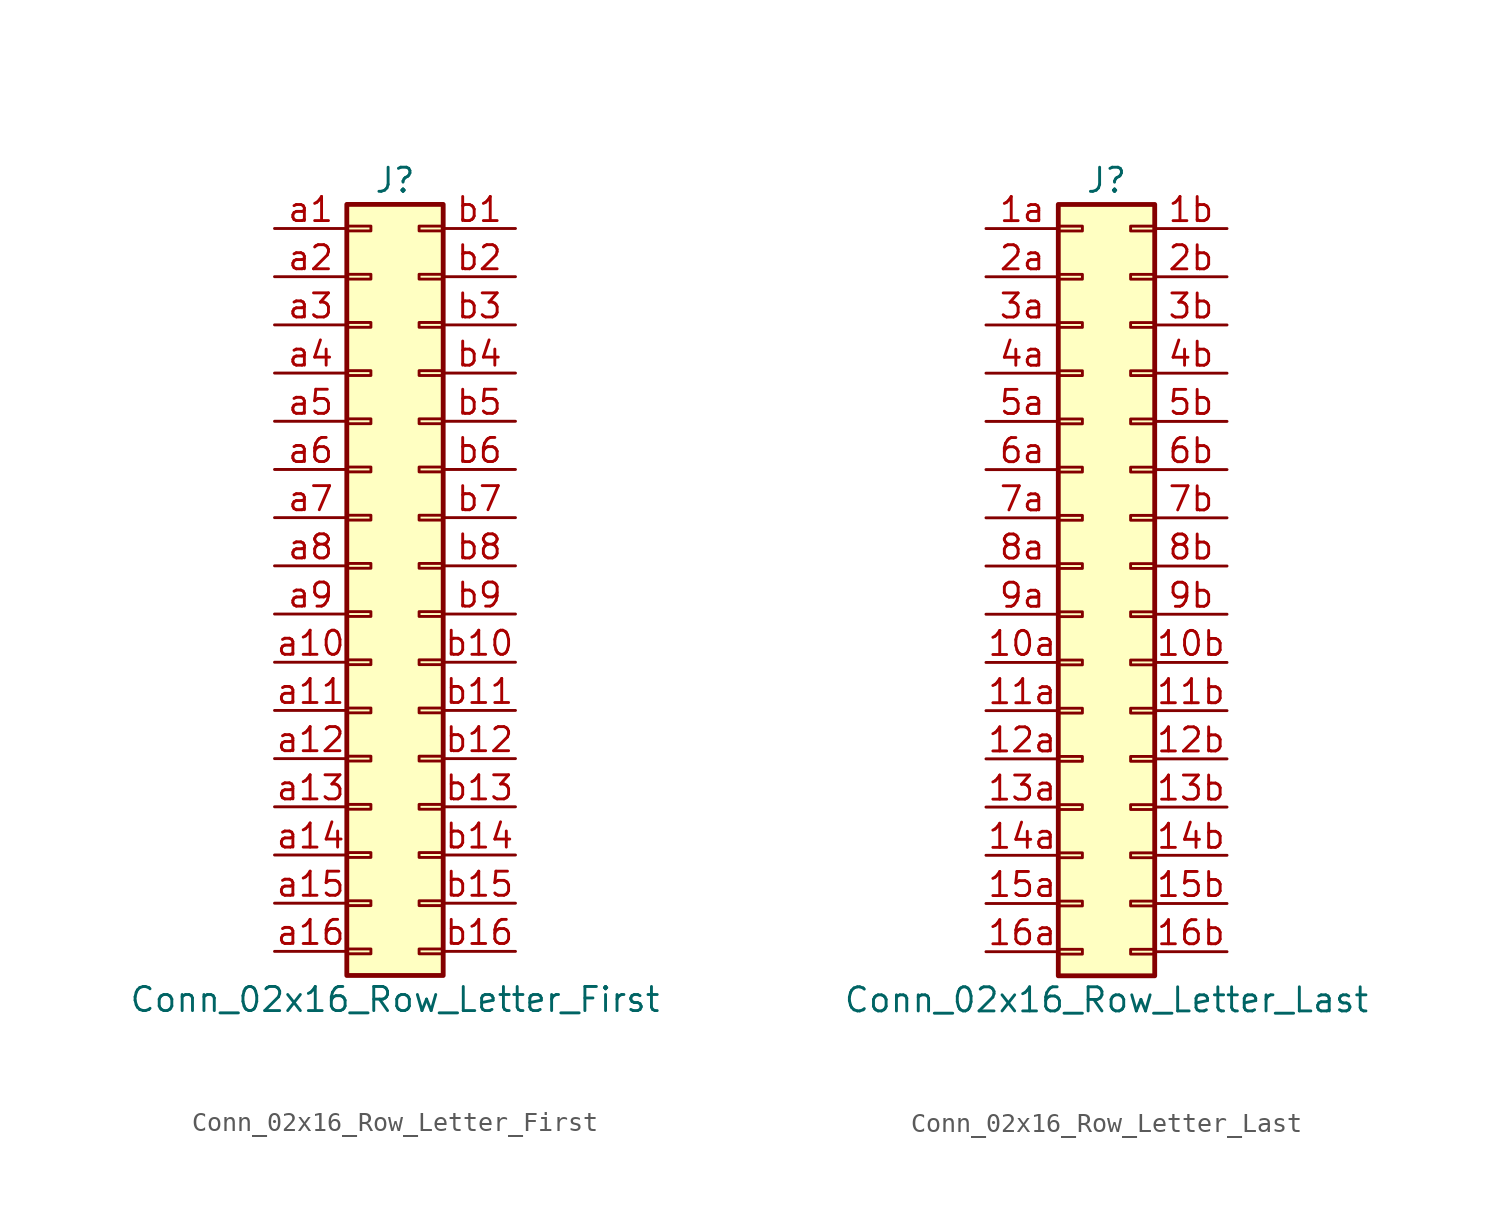
<source format=kicad_sym>
(kicad_symbol_lib
  (version 20201005)
  (generator kicad_symbol_editor)
  (symbol "Conn_02x16_Row_Letter_First"
    (pin_names
      (offset 1.016) hide)
    (property "Reference" "J"
      (at 1.27 20.32 0)
      (effects (font (size 1.27 1.27))))
    (property "Value" "Conn_02x16_Row_Letter_First"
      (at 1.27 -22.86 0)
      (effects (font (size 1.27 1.27))))
    (symbol "Conn_02x16_Row_Letter_First_1_1"
      (rectangle (start -1.27 -20.193) (end 0 -20.447) (stroke (width 0.152)) (fill (type none)))
      (rectangle (start -1.27 -17.653) (end 0 -17.907) (stroke (width 0.152)) (fill (type none)))
      (rectangle (start -1.27 -15.113) (end 0 -15.367) (stroke (width 0.152)) (fill (type none)))
      (rectangle (start -1.27 -12.573) (end 0 -12.827) (stroke (width 0.152)) (fill (type none)))
      (rectangle (start -1.27 -10.033) (end 0 -10.287) (stroke (width 0.152)) (fill (type none)))
      (rectangle (start -1.27 -7.493) (end 0 -7.747) (stroke (width 0.152)) (fill (type none)))
      (rectangle (start -1.27 -4.953) (end 0 -5.207) (stroke (width 0.152)) (fill (type none)))
      (rectangle (start -1.27 -2.413) (end 0 -2.667) (stroke (width 0.152)) (fill (type none)))
      (rectangle (start -1.27 0.127) (end 0 -0.127) (stroke (width 0.152)) (fill (type none)))
      (rectangle (start -1.27 2.667) (end 0 2.413) (stroke (width 0.152)) (fill (type none)))
      (rectangle (start -1.27 5.207) (end 0 4.953) (stroke (width 0.152)) (fill (type none)))
      (rectangle (start -1.27 7.747) (end 0 7.493) (stroke (width 0.152)) (fill (type none)))
      (rectangle (start -1.27 10.287) (end 0 10.033) (stroke (width 0.152)) (fill (type none)))
      (rectangle (start -1.27 12.827) (end 0 12.573) (stroke (width 0.152)) (fill (type none)))
      (rectangle (start -1.27 15.367) (end 0 15.113) (stroke (width 0.152)) (fill (type none)))
      (rectangle (start -1.27 17.907) (end 0 17.653) (stroke (width 0.152)) (fill (type none)))
      (rectangle (start 3.81 -20.193) (end 2.54 -20.447) (stroke (width 0.152)) (fill (type none)))
      (rectangle (start 3.81 -17.653) (end 2.54 -17.907) (stroke (width 0.152)) (fill (type none)))
      (rectangle (start 3.81 -15.113) (end 2.54 -15.367) (stroke (width 0.152)) (fill (type none)))
      (rectangle (start 3.81 -12.573) (end 2.54 -12.827) (stroke (width 0.152)) (fill (type none)))
      (rectangle (start 3.81 -10.033) (end 2.54 -10.287) (stroke (width 0.152)) (fill (type none)))
      (rectangle (start 3.81 -7.493) (end 2.54 -7.747) (stroke (width 0.152)) (fill (type none)))
      (rectangle (start 3.81 -4.953) (end 2.54 -5.207) (stroke (width 0.152)) (fill (type none)))
      (rectangle (start 3.81 -2.413) (end 2.54 -2.667) (stroke (width 0.152)) (fill (type none)))
      (rectangle (start 3.81 0.127) (end 2.54 -0.127) (stroke (width 0.152)) (fill (type none)))
      (rectangle (start 3.81 2.667) (end 2.54 2.413) (stroke (width 0.152)) (fill (type none)))
      (rectangle (start 3.81 5.207) (end 2.54 4.953) (stroke (width 0.152)) (fill (type none)))
      (rectangle (start 3.81 7.747) (end 2.54 7.493) (stroke (width 0.152)) (fill (type none)))
      (rectangle (start 3.81 10.287) (end 2.54 10.033) (stroke (width 0.152)) (fill (type none)))
      (rectangle (start 3.81 12.827) (end 2.54 12.573) (stroke (width 0.152)) (fill (type none)))
      (rectangle (start 3.81 15.367) (end 2.54 15.113) (stroke (width 0.152)) (fill (type none)))
      (rectangle (start 3.81 17.907) (end 2.54 17.653) (stroke (width 0.152)) (fill (type none)))
      (rectangle (start -1.27 19.05) (end 3.81 -21.59) (stroke (width 0.254)) (fill (type background)))
      (pin passive line (at -5.08 17.78 0) (length 3.81) (name "Pin_a1" (effects (font (size 1.27 1.27)))) (number "a1" (effects (font (size 1.27 1.27)))))
      (pin passive line (at -5.08 -5.08 0) (length 3.81) (name "Pin_a10" (effects (font (size 1.27 1.27)))) (number "a10" (effects (font (size 1.27 1.27)))))
      (pin passive line (at -5.08 -7.62 0) (length 3.81) (name "Pin_a11" (effects (font (size 1.27 1.27)))) (number "a11" (effects (font (size 1.27 1.27)))))
      (pin passive line (at -5.08 -10.16 0) (length 3.81) (name "Pin_a12" (effects (font (size 1.27 1.27)))) (number "a12" (effects (font (size 1.27 1.27)))))
      (pin passive line (at -5.08 -12.7 0) (length 3.81) (name "Pin_a13" (effects (font (size 1.27 1.27)))) (number "a13" (effects (font (size 1.27 1.27)))))
      (pin passive line (at -5.08 -15.24 0) (length 3.81) (name "Pin_a14" (effects (font (size 1.27 1.27)))) (number "a14" (effects (font (size 1.27 1.27)))))
      (pin passive line (at -5.08 -17.78 0) (length 3.81) (name "Pin_a15" (effects (font (size 1.27 1.27)))) (number "a15" (effects (font (size 1.27 1.27)))))
      (pin passive line (at -5.08 -20.32 0) (length 3.81) (name "Pin_a16" (effects (font (size 1.27 1.27)))) (number "a16" (effects (font (size 1.27 1.27)))))
      (pin passive line (at -5.08 15.24 0) (length 3.81) (name "Pin_a2" (effects (font (size 1.27 1.27)))) (number "a2" (effects (font (size 1.27 1.27)))))
      (pin passive line (at -5.08 12.7 0) (length 3.81) (name "Pin_a3" (effects (font (size 1.27 1.27)))) (number "a3" (effects (font (size 1.27 1.27)))))
      (pin passive line (at -5.08 10.16 0) (length 3.81) (name "Pin_a4" (effects (font (size 1.27 1.27)))) (number "a4" (effects (font (size 1.27 1.27)))))
      (pin passive line (at -5.08 7.62 0) (length 3.81) (name "Pin_a5" (effects (font (size 1.27 1.27)))) (number "a5" (effects (font (size 1.27 1.27)))))
      (pin passive line (at -5.08 5.08 0) (length 3.81) (name "Pin_a6" (effects (font (size 1.27 1.27)))) (number "a6" (effects (font (size 1.27 1.27)))))
      (pin passive line (at -5.08 2.54 0) (length 3.81) (name "Pin_a7" (effects (font (size 1.27 1.27)))) (number "a7" (effects (font (size 1.27 1.27)))))
      (pin passive line (at -5.08 0 0) (length 3.81) (name "Pin_a8" (effects (font (size 1.27 1.27)))) (number "a8" (effects (font (size 1.27 1.27)))))
      (pin passive line (at -5.08 -2.54 0) (length 3.81) (name "Pin_a9" (effects (font (size 1.27 1.27)))) (number "a9" (effects (font (size 1.27 1.27)))))
      (pin passive line (at 7.62 17.78 180) (length 3.81) (name "Pin_b1" (effects (font (size 1.27 1.27)))) (number "b1" (effects (font (size 1.27 1.27)))))
      (pin passive line (at 7.62 -5.08 180) (length 3.81) (name "Pin_b10" (effects (font (size 1.27 1.27)))) (number "b10" (effects (font (size 1.27 1.27)))))
      (pin passive line (at 7.62 -7.62 180) (length 3.81) (name "Pin_b11" (effects (font (size 1.27 1.27)))) (number "b11" (effects (font (size 1.27 1.27)))))
      (pin passive line (at 7.62 -10.16 180) (length 3.81) (name "Pin_b12" (effects (font (size 1.27 1.27)))) (number "b12" (effects (font (size 1.27 1.27)))))
      (pin passive line (at 7.62 -12.7 180) (length 3.81) (name "Pin_b13" (effects (font (size 1.27 1.27)))) (number "b13" (effects (font (size 1.27 1.27)))))
      (pin passive line (at 7.62 -15.24 180) (length 3.81) (name "Pin_b14" (effects (font (size 1.27 1.27)))) (number "b14" (effects (font (size 1.27 1.27)))))
      (pin passive line (at 7.62 -17.78 180) (length 3.81) (name "Pin_b15" (effects (font (size 1.27 1.27)))) (number "b15" (effects (font (size 1.27 1.27)))))
      (pin passive line (at 7.62 -20.32 180) (length 3.81) (name "Pin_b16" (effects (font (size 1.27 1.27)))) (number "b16" (effects (font (size 1.27 1.27)))))
      (pin passive line (at 7.62 15.24 180) (length 3.81) (name "Pin_b2" (effects (font (size 1.27 1.27)))) (number "b2" (effects (font (size 1.27 1.27)))))
      (pin passive line (at 7.62 12.7 180) (length 3.81) (name "Pin_b3" (effects (font (size 1.27 1.27)))) (number "b3" (effects (font (size 1.27 1.27)))))
      (pin passive line (at 7.62 10.16 180) (length 3.81) (name "Pin_b4" (effects (font (size 1.27 1.27)))) (number "b4" (effects (font (size 1.27 1.27)))))
      (pin passive line (at 7.62 7.62 180) (length 3.81) (name "Pin_b5" (effects (font (size 1.27 1.27)))) (number "b5" (effects (font (size 1.27 1.27)))))
      (pin passive line (at 7.62 5.08 180) (length 3.81) (name "Pin_b6" (effects (font (size 1.27 1.27)))) (number "b6" (effects (font (size 1.27 1.27)))))
      (pin passive line (at 7.62 2.54 180) (length 3.81) (name "Pin_b7" (effects (font (size 1.27 1.27)))) (number "b7" (effects (font (size 1.27 1.27)))))
      (pin passive line (at 7.62 0 180) (length 3.81) (name "Pin_b8" (effects (font (size 1.27 1.27)))) (number "b8" (effects (font (size 1.27 1.27)))))
      (pin passive line (at 7.62 -2.54 180) (length 3.81) (name "Pin_b9" (effects (font (size 1.27 1.27)))) (number "b9" (effects (font (size 1.27 1.27)))))))
  (symbol "Conn_02x16_Row_Letter_Last"
    (pin_names
      (offset 1.016) hide)
    (property "Reference" "J"
      (at 1.27 20.32 0)
      (effects (font (size 1.27 1.27))))
    (property "Value" "Conn_02x16_Row_Letter_Last"
      (at 1.27 -22.86 0)
      (effects (font (size 1.27 1.27))))
    (symbol "Conn_02x16_Row_Letter_Last_1_1"
      (rectangle (start -1.27 -20.193) (end 0 -20.447) (stroke (width 0.152)) (fill (type none)))
      (rectangle (start -1.27 -17.653) (end 0 -17.907) (stroke (width 0.152)) (fill (type none)))
      (rectangle (start -1.27 -15.113) (end 0 -15.367) (stroke (width 0.152)) (fill (type none)))
      (rectangle (start -1.27 -12.573) (end 0 -12.827) (stroke (width 0.152)) (fill (type none)))
      (rectangle (start -1.27 -10.033) (end 0 -10.287) (stroke (width 0.152)) (fill (type none)))
      (rectangle (start -1.27 -7.493) (end 0 -7.747) (stroke (width 0.152)) (fill (type none)))
      (rectangle (start -1.27 -4.953) (end 0 -5.207) (stroke (width 0.152)) (fill (type none)))
      (rectangle (start -1.27 -2.413) (end 0 -2.667) (stroke (width 0.152)) (fill (type none)))
      (rectangle (start -1.27 0.127) (end 0 -0.127) (stroke (width 0.152)) (fill (type none)))
      (rectangle (start -1.27 2.667) (end 0 2.413) (stroke (width 0.152)) (fill (type none)))
      (rectangle (start -1.27 5.207) (end 0 4.953) (stroke (width 0.152)) (fill (type none)))
      (rectangle (start -1.27 7.747) (end 0 7.493) (stroke (width 0.152)) (fill (type none)))
      (rectangle (start -1.27 10.287) (end 0 10.033) (stroke (width 0.152)) (fill (type none)))
      (rectangle (start -1.27 12.827) (end 0 12.573) (stroke (width 0.152)) (fill (type none)))
      (rectangle (start -1.27 15.367) (end 0 15.113) (stroke (width 0.152)) (fill (type none)))
      (rectangle (start -1.27 17.907) (end 0 17.653) (stroke (width 0.152)) (fill (type none)))
      (rectangle (start 3.81 -20.193) (end 2.54 -20.447) (stroke (width 0.152)) (fill (type none)))
      (rectangle (start 3.81 -17.653) (end 2.54 -17.907) (stroke (width 0.152)) (fill (type none)))
      (rectangle (start 3.81 -15.113) (end 2.54 -15.367) (stroke (width 0.152)) (fill (type none)))
      (rectangle (start 3.81 -12.573) (end 2.54 -12.827) (stroke (width 0.152)) (fill (type none)))
      (rectangle (start 3.81 -10.033) (end 2.54 -10.287) (stroke (width 0.152)) (fill (type none)))
      (rectangle (start 3.81 -7.493) (end 2.54 -7.747) (stroke (width 0.152)) (fill (type none)))
      (rectangle (start 3.81 -4.953) (end 2.54 -5.207) (stroke (width 0.152)) (fill (type none)))
      (rectangle (start 3.81 -2.413) (end 2.54 -2.667) (stroke (width 0.152)) (fill (type none)))
      (rectangle (start 3.81 0.127) (end 2.54 -0.127) (stroke (width 0.152)) (fill (type none)))
      (rectangle (start 3.81 2.667) (end 2.54 2.413) (stroke (width 0.152)) (fill (type none)))
      (rectangle (start 3.81 5.207) (end 2.54 4.953) (stroke (width 0.152)) (fill (type none)))
      (rectangle (start 3.81 7.747) (end 2.54 7.493) (stroke (width 0.152)) (fill (type none)))
      (rectangle (start 3.81 10.287) (end 2.54 10.033) (stroke (width 0.152)) (fill (type none)))
      (rectangle (start 3.81 12.827) (end 2.54 12.573) (stroke (width 0.152)) (fill (type none)))
      (rectangle (start 3.81 15.367) (end 2.54 15.113) (stroke (width 0.152)) (fill (type none)))
      (rectangle (start 3.81 17.907) (end 2.54 17.653) (stroke (width 0.152)) (fill (type none)))
      (rectangle (start -1.27 19.05) (end 3.81 -21.59) (stroke (width 0.254)) (fill (type background)))
      (pin passive line (at -5.08 -5.08 0) (length 3.81) (name "Pin_10a" (effects (font (size 1.27 1.27)))) (number "10a" (effects (font (size 1.27 1.27)))))
      (pin passive line (at 7.62 -5.08 180) (length 3.81) (name "Pin_10b" (effects (font (size 1.27 1.27)))) (number "10b" (effects (font (size 1.27 1.27)))))
      (pin passive line (at -5.08 -7.62 0) (length 3.81) (name "Pin_11a" (effects (font (size 1.27 1.27)))) (number "11a" (effects (font (size 1.27 1.27)))))
      (pin passive line (at 7.62 -7.62 180) (length 3.81) (name "Pin_11b" (effects (font (size 1.27 1.27)))) (number "11b" (effects (font (size 1.27 1.27)))))
      (pin passive line (at -5.08 -10.16 0) (length 3.81) (name "Pin_12a" (effects (font (size 1.27 1.27)))) (number "12a" (effects (font (size 1.27 1.27)))))
      (pin passive line (at 7.62 -10.16 180) (length 3.81) (name "Pin_12b" (effects (font (size 1.27 1.27)))) (number "12b" (effects (font (size 1.27 1.27)))))
      (pin passive line (at -5.08 -12.7 0) (length 3.81) (name "Pin_13a" (effects (font (size 1.27 1.27)))) (number "13a" (effects (font (size 1.27 1.27)))))
      (pin passive line (at 7.62 -12.7 180) (length 3.81) (name "Pin_13b" (effects (font (size 1.27 1.27)))) (number "13b" (effects (font (size 1.27 1.27)))))
      (pin passive line (at -5.08 -15.24 0) (length 3.81) (name "Pin_14a" (effects (font (size 1.27 1.27)))) (number "14a" (effects (font (size 1.27 1.27)))))
      (pin passive line (at 7.62 -15.24 180) (length 3.81) (name "Pin_14b" (effects (font (size 1.27 1.27)))) (number "14b" (effects (font (size 1.27 1.27)))))
      (pin passive line (at -5.08 -17.78 0) (length 3.81) (name "Pin_15a" (effects (font (size 1.27 1.27)))) (number "15a" (effects (font (size 1.27 1.27)))))
      (pin passive line (at 7.62 -17.78 180) (length 3.81) (name "Pin_15b" (effects (font (size 1.27 1.27)))) (number "15b" (effects (font (size 1.27 1.27)))))
      (pin passive line (at -5.08 -20.32 0) (length 3.81) (name "Pin_16a" (effects (font (size 1.27 1.27)))) (number "16a" (effects (font (size 1.27 1.27)))))
      (pin passive line (at 7.62 -20.32 180) (length 3.81) (name "Pin_16b" (effects (font (size 1.27 1.27)))) (number "16b" (effects (font (size 1.27 1.27)))))
      (pin passive line (at -5.08 17.78 0) (length 3.81) (name "Pin_1a" (effects (font (size 1.27 1.27)))) (number "1a" (effects (font (size 1.27 1.27)))))
      (pin passive line (at 7.62 17.78 180) (length 3.81) (name "Pin_1b" (effects (font (size 1.27 1.27)))) (number "1b" (effects (font (size 1.27 1.27)))))
      (pin passive line (at -5.08 15.24 0) (length 3.81) (name "Pin_2a" (effects (font (size 1.27 1.27)))) (number "2a" (effects (font (size 1.27 1.27)))))
      (pin passive line (at 7.62 15.24 180) (length 3.81) (name "Pin_2b" (effects (font (size 1.27 1.27)))) (number "2b" (effects (font (size 1.27 1.27)))))
      (pin passive line (at -5.08 12.7 0) (length 3.81) (name "Pin_3a" (effects (font (size 1.27 1.27)))) (number "3a" (effects (font (size 1.27 1.27)))))
      (pin passive line (at 7.62 12.7 180) (length 3.81) (name "Pin_3b" (effects (font (size 1.27 1.27)))) (number "3b" (effects (font (size 1.27 1.27)))))
      (pin passive line (at -5.08 10.16 0) (length 3.81) (name "Pin_4a" (effects (font (size 1.27 1.27)))) (number "4a" (effects (font (size 1.27 1.27)))))
      (pin passive line (at 7.62 10.16 180) (length 3.81) (name "Pin_4b" (effects (font (size 1.27 1.27)))) (number "4b" (effects (font (size 1.27 1.27)))))
      (pin passive line (at -5.08 7.62 0) (length 3.81) (name "Pin_5a" (effects (font (size 1.27 1.27)))) (number "5a" (effects (font (size 1.27 1.27)))))
      (pin passive line (at 7.62 7.62 180) (length 3.81) (name "Pin_5b" (effects (font (size 1.27 1.27)))) (number "5b" (effects (font (size 1.27 1.27)))))
      (pin passive line (at -5.08 5.08 0) (length 3.81) (name "Pin_6a" (effects (font (size 1.27 1.27)))) (number "6a" (effects (font (size 1.27 1.27)))))
      (pin passive line (at 7.62 5.08 180) (length 3.81) (name "Pin_6b" (effects (font (size 1.27 1.27)))) (number "6b" (effects (font (size 1.27 1.27)))))
      (pin passive line (at -5.08 2.54 0) (length 3.81) (name "Pin_7a" (effects (font (size 1.27 1.27)))) (number "7a" (effects (font (size 1.27 1.27)))))
      (pin passive line (at 7.62 2.54 180) (length 3.81) (name "Pin_7b" (effects (font (size 1.27 1.27)))) (number "7b" (effects (font (size 1.27 1.27)))))
      (pin passive line (at -5.08 0 0) (length 3.81) (name "Pin_8a" (effects (font (size 1.27 1.27)))) (number "8a" (effects (font (size 1.27 1.27)))))
      (pin passive line (at 7.62 0 180) (length 3.81) (name "Pin_8b" (effects (font (size 1.27 1.27)))) (number "8b" (effects (font (size 1.27 1.27)))))
      (pin passive line (at -5.08 -2.54 0) (length 3.81) (name "Pin_9a" (effects (font (size 1.27 1.27)))) (number "9a" (effects (font (size 1.27 1.27)))))
      (pin passive line (at 7.62 -2.54 180) (length 3.81) (name "Pin_9b" (effects (font (size 1.27 1.27)))) (number "9b" (effects (font (size 1.27 1.27))))))))
</source>
